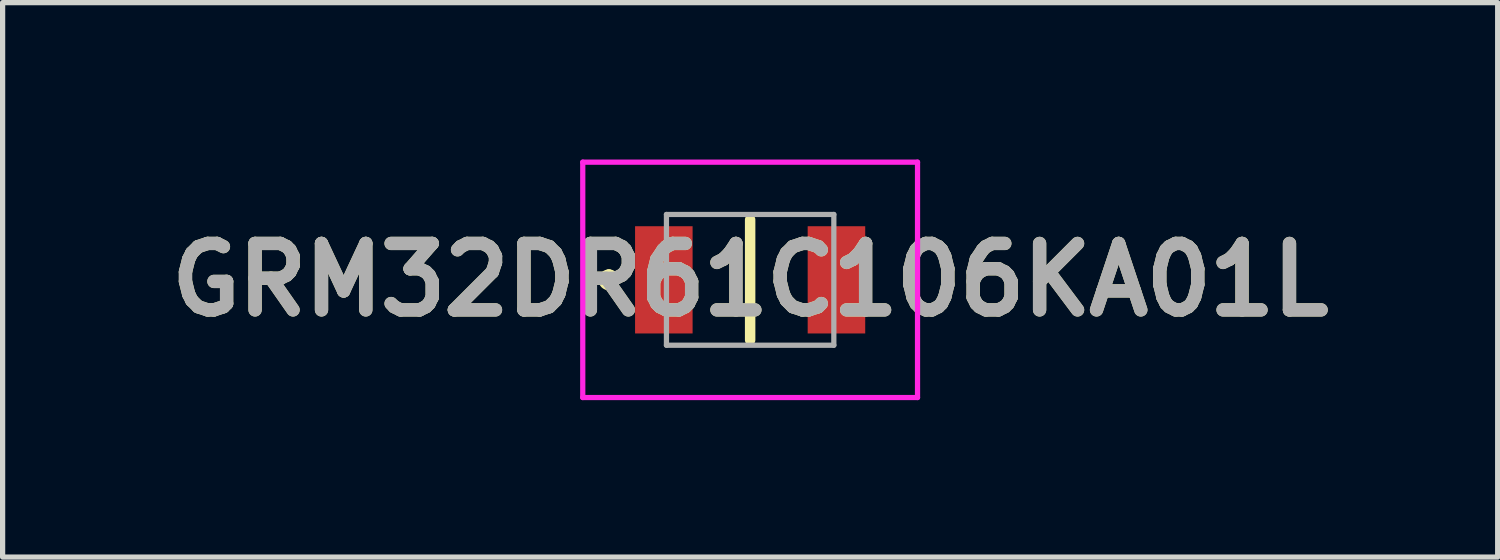
<source format=kicad_pcb>
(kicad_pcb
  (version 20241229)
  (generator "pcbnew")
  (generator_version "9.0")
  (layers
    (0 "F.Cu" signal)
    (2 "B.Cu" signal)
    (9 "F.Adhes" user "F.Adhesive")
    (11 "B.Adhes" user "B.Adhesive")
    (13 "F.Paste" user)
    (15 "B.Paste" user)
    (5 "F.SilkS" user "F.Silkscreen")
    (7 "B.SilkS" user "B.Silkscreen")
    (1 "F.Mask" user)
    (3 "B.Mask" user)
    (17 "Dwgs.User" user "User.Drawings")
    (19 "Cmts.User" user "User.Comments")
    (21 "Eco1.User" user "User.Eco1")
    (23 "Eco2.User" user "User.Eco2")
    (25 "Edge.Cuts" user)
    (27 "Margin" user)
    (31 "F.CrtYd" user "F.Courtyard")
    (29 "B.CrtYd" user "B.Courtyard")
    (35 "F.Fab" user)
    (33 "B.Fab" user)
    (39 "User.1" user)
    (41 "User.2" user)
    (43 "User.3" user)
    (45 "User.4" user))
  (footprint "GRM32DR61C106KA01L"
    (layer "F.Cu")
    (at 11.291 2.3)
    (property "Reference" "GRM32DR61C106KA01L" (at 0 0 0) (layer "F.SilkS") (effects (font (size 1.27 1.27) (thickness 0.254))))
    (attr smd)
    (fp_line (start -2.7 -0.1) (end -2.7 -0.1) (stroke (width 0.2) (type solid)) (layer "F.SilkS"))
    (fp_line (start -2.7 0.1) (end -2.7 0.1) (stroke (width 0.2) (type solid)) (layer "F.SilkS"))
    (fp_line (start 0 -1.15) (end 0 1.15) (stroke (width 0.2) (type solid)) (layer "F.SilkS"))
    (fp_arc (start -2.7 -0.1) (mid -2.6 0) (end -2.7 0.1) (stroke (width 0.2) (type solid)) (layer "F.SilkS"))
    (fp_arc (start -2.7 0.1) (mid -2.8 0) (end -2.7 -0.1) (stroke (width 0.2) (type solid)) (layer "F.SilkS"))
    (fp_line (start -3.2 -2.25) (end 3.2 -2.25) (stroke (width 0.1) (type solid)) (layer "F.CrtYd"))
    (fp_line (start -3.2 2.25) (end -3.2 -2.25) (stroke (width 0.1) (type solid)) (layer "F.CrtYd"))
    (fp_line (start 3.2 -2.25) (end 3.2 2.25) (stroke (width 0.1) (type solid)) (layer "F.CrtYd"))
    (fp_line (start 3.2 2.25) (end -3.2 2.25) (stroke (width 0.1) (type solid)) (layer "F.CrtYd"))
    (fp_line (start -1.6 -1.25) (end 1.6 -1.25) (stroke (width 0.1) (type solid)) (layer "F.Fab"))
    (fp_line (start -1.6 1.25) (end -1.6 -1.25) (stroke (width 0.1) (type solid)) (layer "F.Fab"))
    (fp_line (start 1.6 -1.25) (end 1.6 1.25) (stroke (width 0.1) (type solid)) (layer "F.Fab"))
    (fp_line (start 1.6 1.25) (end -1.6 1.25) (stroke (width 0.1) (type solid)) (layer "F.Fab"))
    (fp_text user "${REFERENCE}" (at 0 0 0) (layer "F.Fab") (effects (font (size 1.27 1.27) (thickness 0.254))))
    (pad "1" smd rect (at -1.65 0) (size 1.1 2.05) (layers "F.Cu" "F.Mask" "F.Paste"))
    (pad "2" smd rect (at 1.65 0) (size 1.1 2.05) (layers "F.Cu" "F.Mask" "F.Paste")))
  (gr_rect
    (start -3 -3)
    (end 25.582 7.6)
    (stroke (width 0.1) (type default))
    (fill no)
    (layer "Edge.Cuts")))
</source>
